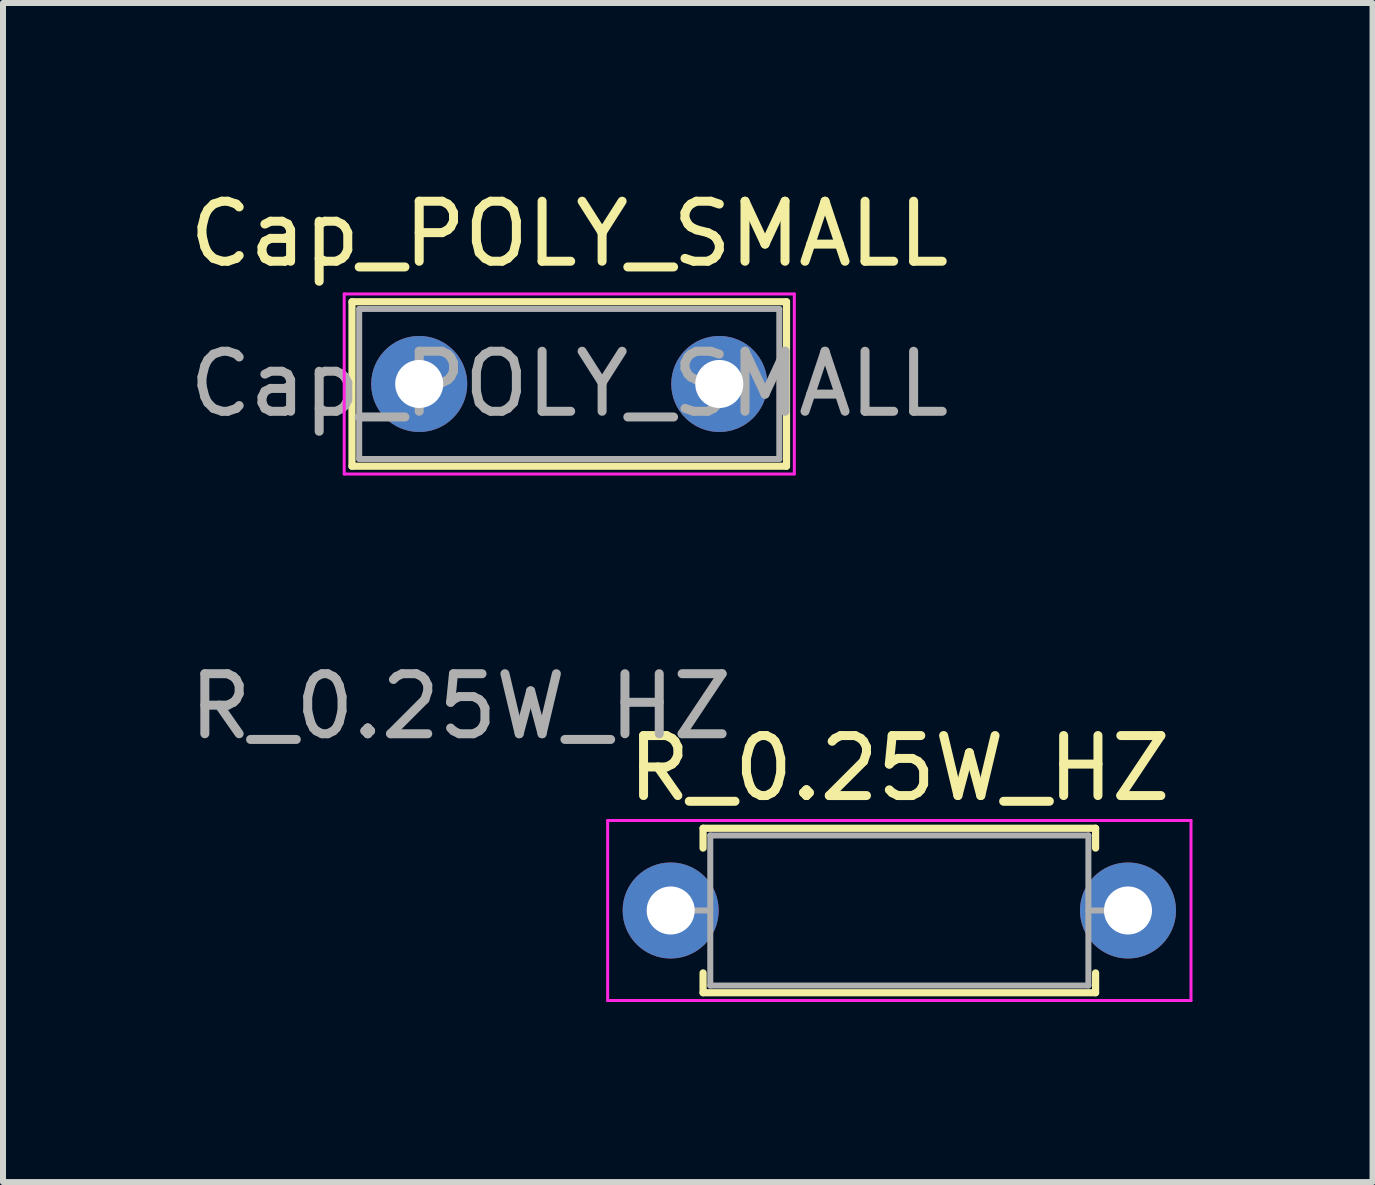
<source format=kicad_pcb>
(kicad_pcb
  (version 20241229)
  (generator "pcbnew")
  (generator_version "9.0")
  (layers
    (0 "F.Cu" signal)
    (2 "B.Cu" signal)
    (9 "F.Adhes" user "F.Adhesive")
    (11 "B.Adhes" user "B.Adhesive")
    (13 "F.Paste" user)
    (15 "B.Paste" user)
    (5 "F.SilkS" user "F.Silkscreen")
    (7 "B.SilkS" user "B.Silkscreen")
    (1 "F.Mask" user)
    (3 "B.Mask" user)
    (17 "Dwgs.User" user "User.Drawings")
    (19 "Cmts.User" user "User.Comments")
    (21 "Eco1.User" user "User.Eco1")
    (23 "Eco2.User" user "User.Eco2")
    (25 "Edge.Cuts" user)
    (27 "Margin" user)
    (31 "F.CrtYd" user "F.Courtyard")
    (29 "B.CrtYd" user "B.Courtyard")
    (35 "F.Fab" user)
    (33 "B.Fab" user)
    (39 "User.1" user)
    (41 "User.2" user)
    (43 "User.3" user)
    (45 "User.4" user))
  (footprint "Cap_POLY_SMALL"
    (layer "F.Cu")
    (at 3.935 3.348)
    (property "Reference" "Cap_POLY_SMALL" (at 2.5 -2.5 0) (layer "F.SilkS") (effects (font (size 1 1) (thickness 0.15))))
    (attr through_hole)
    (fp_line (start -1.12 -1.37) (end -1.12 1.37) (stroke (width 0.12) (type solid)) (layer "F.SilkS"))
    (fp_line (start -1.12 -1.37) (end 6.12 -1.37) (stroke (width 0.12) (type solid)) (layer "F.SilkS"))
    (fp_line (start -1.12 1.37) (end 6.12 1.37) (stroke (width 0.12) (type solid)) (layer "F.SilkS"))
    (fp_line (start 6.12 -1.37) (end 6.12 1.37) (stroke (width 0.12) (type solid)) (layer "F.SilkS"))
    (fp_line (start -1.25 -1.5) (end -1.25 1.5) (stroke (width 0.05) (type solid)) (layer "F.CrtYd"))
    (fp_line (start -1.25 1.5) (end 6.25 1.5) (stroke (width 0.05) (type solid)) (layer "F.CrtYd"))
    (fp_line (start 6.25 -1.5) (end -1.25 -1.5) (stroke (width 0.05) (type solid)) (layer "F.CrtYd"))
    (fp_line (start 6.25 1.5) (end 6.25 -1.5) (stroke (width 0.05) (type solid)) (layer "F.CrtYd"))
    (fp_line (start -1 -1.25) (end -1 1.25) (stroke (width 0.1) (type solid)) (layer "F.Fab"))
    (fp_line (start -1 1.25) (end 6 1.25) (stroke (width 0.1) (type solid)) (layer "F.Fab"))
    (fp_line (start 6 -1.25) (end -1 -1.25) (stroke (width 0.1) (type solid)) (layer "F.Fab"))
    (fp_line (start 6 1.25) (end 6 -1.25) (stroke (width 0.1) (type solid)) (layer "F.Fab"))
    (fp_text user "${REFERENCE}" (at 2.5 0 0) (layer "F.Fab") (effects (font (size 1 1) (thickness 0.15))))
    (pad "1" thru_hole circle (at 0 0) (size 1.6 1.6) (drill 0.8) (layers "*.Cu" "*.Mask"))
    (pad "2" thru_hole circle (at 5 0) (size 1.6 1.6) (drill 0.8) (layers "*.Cu" "*.Mask")))
  (footprint "R_0.25W_HZ"
    (layer "F.Cu")
    (at 8.125 12.121)
    (property "Reference" "R_0.25W_HZ" (at 3.81 -2.37 0) (layer "F.SilkS") (effects (font (size 1 1) (thickness 0.15))))
    (attr through_hole)
    (fp_line (start 0.54 -1.37) (end 7.08 -1.37) (stroke (width 0.12) (type solid)) (layer "F.SilkS"))
    (fp_line (start 0.54 -1.04) (end 0.54 -1.37) (stroke (width 0.12) (type solid)) (layer "F.SilkS"))
    (fp_line (start 0.54 1.04) (end 0.54 1.37) (stroke (width 0.12) (type solid)) (layer "F.SilkS"))
    (fp_line (start 0.54 1.37) (end 7.08 1.37) (stroke (width 0.12) (type solid)) (layer "F.SilkS"))
    (fp_line (start 7.08 -1.37) (end 7.08 -1.04) (stroke (width 0.12) (type solid)) (layer "F.SilkS"))
    (fp_line (start 7.08 1.37) (end 7.08 1.04) (stroke (width 0.12) (type solid)) (layer "F.SilkS"))
    (fp_line (start -1.05 -1.5) (end -1.05 1.5) (stroke (width 0.05) (type solid)) (layer "F.CrtYd"))
    (fp_line (start -1.05 1.5) (end 8.67 1.5) (stroke (width 0.05) (type solid)) (layer "F.CrtYd"))
    (fp_line (start 8.67 -1.5) (end -1.05 -1.5) (stroke (width 0.05) (type solid)) (layer "F.CrtYd"))
    (fp_line (start 8.67 1.5) (end 8.67 -1.5) (stroke (width 0.05) (type solid)) (layer "F.CrtYd"))
    (fp_line (start 0 0) (end 0.66 0) (stroke (width 0.1) (type solid)) (layer "F.Fab"))
    (fp_line (start 0.66 -1.25) (end 0.66 1.25) (stroke (width 0.1) (type solid)) (layer "F.Fab"))
    (fp_line (start 0.66 1.25) (end 6.96 1.25) (stroke (width 0.1) (type solid)) (layer "F.Fab"))
    (fp_line (start 6.96 -1.25) (end 0.66 -1.25) (stroke (width 0.1) (type solid)) (layer "F.Fab"))
    (fp_line (start 6.96 1.25) (end 6.96 -1.25) (stroke (width 0.1) (type solid)) (layer "F.Fab"))
    (fp_line (start 7.62 0) (end 6.96 0) (stroke (width 0.1) (type solid)) (layer "F.Fab"))
    (fp_text user "${REFERENCE}" (at -3.5 -3.4 0) (layer "F.Fab") (effects (font (size 1 1) (thickness 0.15))))
    (pad "1" thru_hole circle (at 0 0) (size 1.6 1.6) (drill 0.8) (layers "*.Cu" "*.Mask"))
    (pad "2" thru_hole oval (at 7.62 0) (size 1.6 1.6) (drill 0.8) (layers "*.Cu" "*.Mask")))
  (gr_rect
    (start -3 -3)
    (end 19.82 16.646)
    (stroke (width 0.1) (type default))
    (fill no)
    (layer "Edge.Cuts")))
</source>
